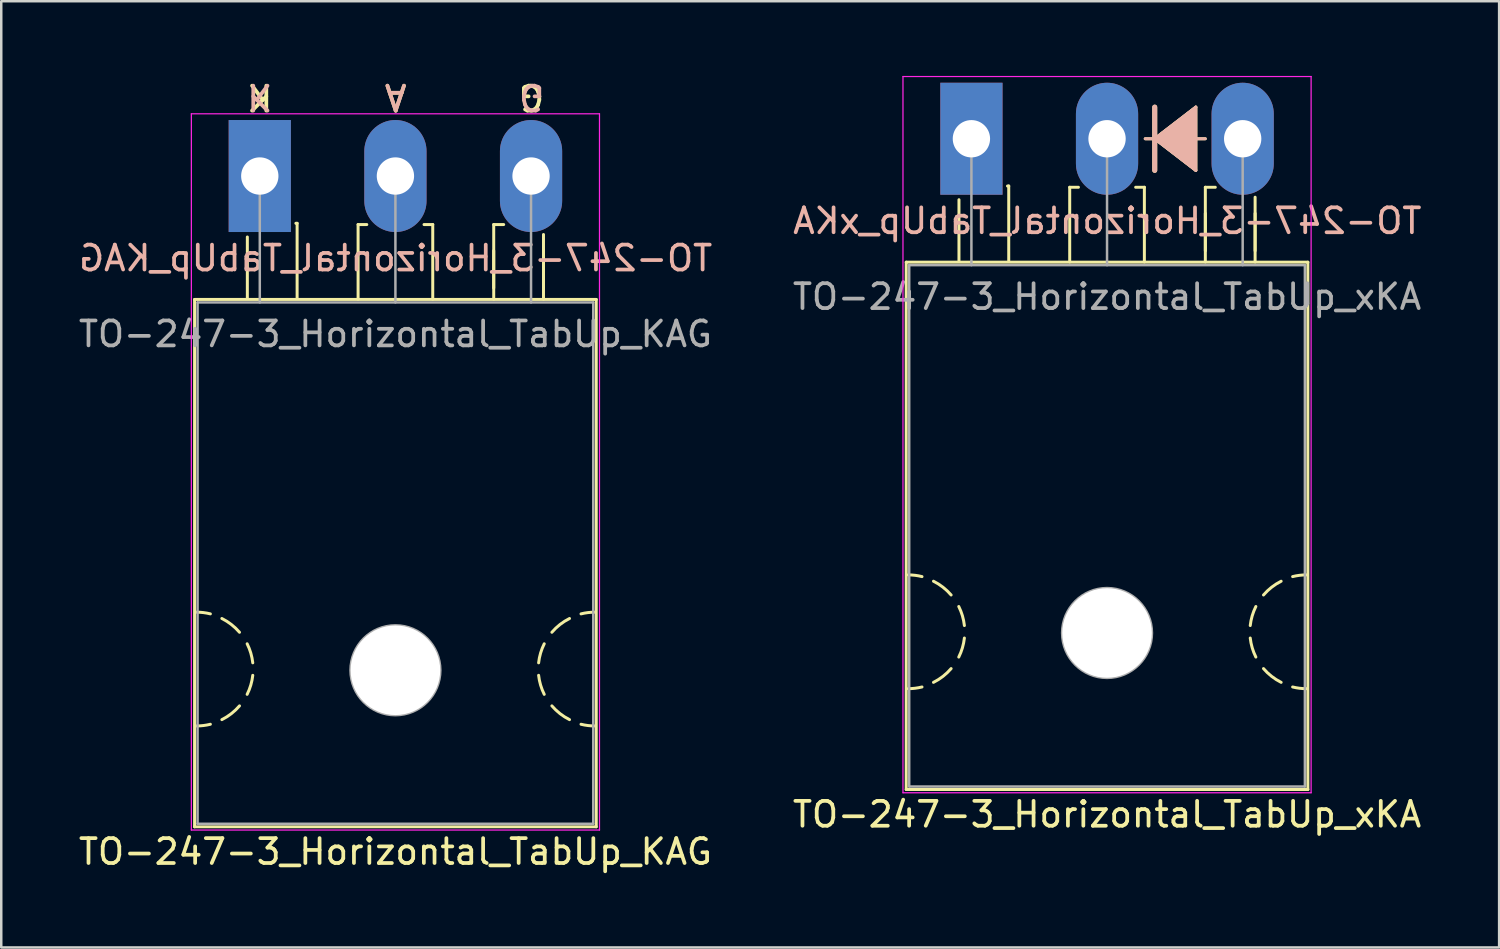
<source format=kicad_pcb>
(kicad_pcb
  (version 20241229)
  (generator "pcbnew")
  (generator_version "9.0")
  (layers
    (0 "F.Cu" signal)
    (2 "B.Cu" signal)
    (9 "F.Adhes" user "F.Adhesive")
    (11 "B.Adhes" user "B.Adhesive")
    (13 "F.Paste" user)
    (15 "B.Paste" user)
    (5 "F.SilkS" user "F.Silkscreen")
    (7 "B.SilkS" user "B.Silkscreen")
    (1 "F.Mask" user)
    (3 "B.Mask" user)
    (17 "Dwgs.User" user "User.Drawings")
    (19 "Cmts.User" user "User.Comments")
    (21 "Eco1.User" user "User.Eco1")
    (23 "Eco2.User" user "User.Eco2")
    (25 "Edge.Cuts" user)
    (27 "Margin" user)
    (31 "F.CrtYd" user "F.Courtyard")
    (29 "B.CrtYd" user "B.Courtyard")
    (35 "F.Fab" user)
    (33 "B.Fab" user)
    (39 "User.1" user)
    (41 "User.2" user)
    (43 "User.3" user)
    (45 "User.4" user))
  (footprint "TO-247-3_Horizontal_TabUp_KAG"
    (layer "F.Cu")
    (at 7.389 4.023)
    (property "Reference" "TO-247-3_Horizontal_TabUp_KAG" (at 5.45 27.15 0) (layer "F.SilkS") (effects (font (size 1 1) (thickness 0.15))))
    (fp_line (start -2.62 4.96) (end -2.62 26.15) (stroke (width 0.12) (type solid)) (layer "F.SilkS"))
    (fp_line (start -2.62 4.96) (end 13.52 4.96) (stroke (width 0.12) (type solid)) (layer "F.SilkS"))
    (fp_line (start -2.62 26.15) (end 13.52 26.15) (stroke (width 0.12) (type solid)) (layer "F.SilkS"))
    (fp_line (start -0.5 4.9) (end -0.5 2.45) (stroke (width 0.12) (type solid)) (layer "F.SilkS"))
    (fp_line (start 1.5 1.9) (end 1.45 1.9) (stroke (width 0.12) (type solid)) (layer "F.SilkS"))
    (fp_line (start 1.5 4.9) (end 1.5 1.9) (stroke (width 0.12) (type solid)) (layer "F.SilkS"))
    (fp_line (start 3.95 1.95) (end 4.3 1.95) (stroke (width 0.12) (type solid)) (layer "F.SilkS"))
    (fp_line (start 3.95 4.95) (end 3.95 1.95) (stroke (width 0.12) (type solid)) (layer "F.SilkS"))
    (fp_line (start 6.95 1.95) (end 6.6 1.95) (stroke (width 0.12) (type solid)) (layer "F.SilkS"))
    (fp_line (start 6.95 4.95) (end 6.95 1.95) (stroke (width 0.12) (type solid)) (layer "F.SilkS"))
    (fp_line (start 9.4 1.95) (end 9.8 1.95) (stroke (width 0.12) (type solid)) (layer "F.SilkS"))
    (fp_line (start 9.4 4.5) (end 9.4 3) (stroke (width 0.12) (type solid)) (layer "F.SilkS"))
    (fp_line (start 9.4 4.95) (end 9.4 1.95) (stroke (width 0.12) (type solid)) (layer "F.SilkS"))
    (fp_line (start 11.4 4.5) (end 11.4 3) (stroke (width 0.12) (type solid)) (layer "F.SilkS"))
    (fp_line (start 11.4 4.95) (end 11.4 2.35) (stroke (width 0.12) (type solid)) (layer "F.SilkS"))
    (fp_line (start 13.52 4.96) (end 13.52 26.15) (stroke (width 0.12) (type solid)) (layer "F.SilkS"))
    (fp_arc (start -2.54 17.526) (mid -2.260689 17.543128) (end -1.985564 17.594254) (stroke (width 0.12) (type solid)) (layer "F.SilkS"))
    (fp_arc (start -1.985564 22.029746) (mid -2.260689 22.080872) (end -2.54 22.098) (stroke (width 0.12) (type solid)) (layer "F.SilkS"))
    (fp_arc (start -1.524001 17.780001) (mid -1.14188 18.02132) (end -0.815088 18.333504) (stroke (width 0.12) (type solid)) (layer "F.SilkS"))
    (fp_arc (start -0.815087 21.290497) (mid -1.141879 21.60268) (end -1.524 21.844) (stroke (width 0.12) (type solid)) (layer "F.SilkS"))
    (fp_arc (start -0.508001 18.796001) (mid -0.361178 19.168563) (end -0.282051 19.561117) (stroke (width 0.12) (type solid)) (layer "F.SilkS"))
    (fp_arc (start -0.282051 20.062883) (mid -0.361178 20.455437) (end -0.508001 20.827999) (stroke (width 0.12) (type solid)) (layer "F.SilkS"))
    (fp_arc (start 11.204051 19.561117) (mid 11.283178 19.168563) (end 11.430001 18.796001) (stroke (width 0.12) (type solid)) (layer "F.SilkS"))
    (fp_arc (start 11.430001 20.827999) (mid 11.283178 20.455437) (end 11.204051 20.062883) (stroke (width 0.12) (type solid)) (layer "F.SilkS"))
    (fp_arc (start 11.737087 18.333503) (mid 12.063879 18.02132) (end 12.446 17.78) (stroke (width 0.12) (type solid)) (layer "F.SilkS"))
    (fp_arc (start 12.446001 21.843999) (mid 12.06388 21.60268) (end 11.737088 21.290496) (stroke (width 0.12) (type solid)) (layer "F.SilkS"))
    (fp_arc (start 12.907564 17.594254) (mid 13.182689 17.543128) (end 13.462 17.526) (stroke (width 0.12) (type solid)) (layer "F.SilkS"))
    (fp_arc (start 13.462 22.098) (mid 13.182689 22.080872) (end 12.907564 22.029746) (stroke (width 0.12) (type solid)) (layer "F.SilkS"))
    (fp_line (start -2.75 -2.5) (end -2.75 26.28) (stroke (width 0.05) (type solid)) (layer "F.CrtYd"))
    (fp_line (start -2.75 26.28) (end 13.65 26.28) (stroke (width 0.05) (type solid)) (layer "F.CrtYd"))
    (fp_line (start 13.65 -2.5) (end -2.75 -2.5) (stroke (width 0.05) (type solid)) (layer "F.CrtYd"))
    (fp_line (start 13.65 26.28) (end 13.65 -2.5) (stroke (width 0.05) (type solid)) (layer "F.CrtYd"))
    (fp_line (start -2.5 5.08) (end -2.5 26.03) (stroke (width 0.1) (type solid)) (layer "F.Fab"))
    (fp_line (start -2.5 26.03) (end 13.4 26.03) (stroke (width 0.1) (type solid)) (layer "F.Fab"))
    (fp_line (start 0 5.08) (end 0 0) (stroke (width 0.1) (type solid)) (layer "F.Fab"))
    (fp_line (start 5.45 5.08) (end 5.45 0) (stroke (width 0.1) (type solid)) (layer "F.Fab"))
    (fp_line (start 10.9 5.08) (end 10.9 0) (stroke (width 0.1) (type solid)) (layer "F.Fab"))
    (fp_line (start 13.4 5.08) (end -2.5 5.08) (stroke (width 0.1) (type solid)) (layer "F.Fab"))
    (fp_line (start 13.4 26.03) (end 13.4 5.08) (stroke (width 0.1) (type solid)) (layer "F.Fab"))
    (fp_circle (center 5.45 19.86) (end 7.255 19.86) (stroke (width 0.1) (type solid)) (fill no) (layer "F.Fab"))
    (fp_text user "K" (at 0 -3.175 180) (unlocked yes) (layer "F.SilkS") (effects (font (size 1 1) (thickness 0.15))))
    (fp_text user "G" (at 10.922 -3.175 180) (unlocked yes) (layer "F.SilkS") (effects (font (size 1 1) (thickness 0.15))))
    (fp_text user "A" (at 5.461 -3.175 180) (unlocked yes) (layer "F.SilkS") (effects (font (size 1 1) (thickness 0.15))))
    (fp_text user "K" (at 0 -3.175 180) (unlocked yes) (layer "B.SilkS") (effects (font (size 1 1) (thickness 0.15)) (justify mirror)))
    (fp_text user "G" (at 10.922 -3.175 180) (unlocked yes) (layer "B.SilkS") (effects (font (size 1 1) (thickness 0.15)) (justify mirror)))
    (fp_text user "${REFERENCE}" (at 5.461 3.302 0) (layer "B.SilkS") (effects (font (size 1 1) (thickness 0.15)) (justify mirror)))
    (fp_text user "A" (at 5.461 -3.175 180) (unlocked yes) (layer "B.SilkS") (effects (font (size 1 1) (thickness 0.15)) (justify mirror)))
    (fp_text user "${REFERENCE}" (at 5.45 6.35 0) (layer "F.Fab") (effects (font (size 1 1) (thickness 0.15))))
    (pad "" np_thru_hole oval (at 5.45 19.86) (size 3.6 3.6) (drill 3.6) (layers "*.Cu" "*.Mask"))
    (pad "1" thru_hole rect (at 0 0) (size 2.5 4.5) (drill 1.5) (layers "*.Cu" "*.Mask"))
    (pad "2" thru_hole oval (at 5.45 0) (size 2.5 4.5) (drill 1.5) (layers "*.Cu" "*.Mask"))
    (pad "3" thru_hole oval (at 10.9 0) (size 2.5 4.5) (drill 1.5) (layers "*.Cu" "*.Mask")))
  (footprint "TO-247-3_Horizontal_TabUp_xKA"
    (layer "F.Cu")
    (at 35.984 2.525)
    (property "Reference" "TO-247-3_Horizontal_TabUp_xKA" (at 5.45 27.15 0) (layer "F.SilkS") (effects (font (size 1 1) (thickness 0.15))))
    (fp_line (start -2.62 4.96) (end -2.62 26.15) (stroke (width 0.12) (type solid)) (layer "F.SilkS"))
    (fp_line (start -2.62 4.96) (end 13.52 4.96) (stroke (width 0.12) (type solid)) (layer "F.SilkS"))
    (fp_line (start -2.62 26.15) (end 13.52 26.15) (stroke (width 0.12) (type solid)) (layer "F.SilkS"))
    (fp_line (start -0.5 4.9) (end -0.5 2.45) (stroke (width 0.12) (type solid)) (layer "F.SilkS"))
    (fp_line (start 1.5 1.9) (end 1.45 1.9) (stroke (width 0.12) (type solid)) (layer "F.SilkS"))
    (fp_line (start 1.5 4.9) (end 1.5 1.9) (stroke (width 0.12) (type solid)) (layer "F.SilkS"))
    (fp_line (start 3.95 1.95) (end 4.3 1.95) (stroke (width 0.12) (type solid)) (layer "F.SilkS"))
    (fp_line (start 3.95 4.95) (end 3.95 1.95) (stroke (width 0.12) (type solid)) (layer "F.SilkS"))
    (fp_line (start 6.95 1.95) (end 6.6 1.95) (stroke (width 0.12) (type solid)) (layer "F.SilkS"))
    (fp_line (start 6.95 4.95) (end 6.95 1.95) (stroke (width 0.12) (type solid)) (layer "F.SilkS"))
    (fp_line (start 6.985 0) (end 7.366 0) (stroke (width 0.12) (type solid)) (layer "F.SilkS"))
    (fp_line (start 7.366 -1.27) (end 7.366 0) (stroke (width 0.2) (type solid)) (layer "F.SilkS"))
    (fp_line (start 7.366 0) (end 7.366 1.27) (stroke (width 0.2) (type solid)) (layer "F.SilkS"))
    (fp_line (start 7.366 0) (end 9.017 1.27) (stroke (width 0.12) (type solid)) (layer "F.SilkS"))
    (fp_line (start 9.017 -1.27) (end 7.366 0) (stroke (width 0.12) (type solid)) (layer "F.SilkS"))
    (fp_line (start 9.017 1.27) (end 9.017 -1.27) (stroke (width 0.12) (type solid)) (layer "F.SilkS"))
    (fp_line (start 9.398 0) (end 9.017 0) (stroke (width 0.12) (type solid)) (layer "F.SilkS"))
    (fp_line (start 9.4 1.95) (end 9.8 1.95) (stroke (width 0.12) (type solid)) (layer "F.SilkS"))
    (fp_line (start 9.4 4.5) (end 9.4 3) (stroke (width 0.12) (type solid)) (layer "F.SilkS"))
    (fp_line (start 9.4 4.95) (end 9.4 1.95) (stroke (width 0.12) (type solid)) (layer "F.SilkS"))
    (fp_line (start 11.4 4.5) (end 11.4 3) (stroke (width 0.12) (type solid)) (layer "F.SilkS"))
    (fp_line (start 11.4 4.95) (end 11.4 2.35) (stroke (width 0.12) (type solid)) (layer "F.SilkS"))
    (fp_line (start 13.52 4.96) (end 13.52 26.15) (stroke (width 0.12) (type solid)) (layer "F.SilkS"))
    (fp_arc (start -2.54 17.526) (mid -2.260689 17.543128) (end -1.985564 17.594254) (stroke (width 0.12) (type solid)) (layer "F.SilkS"))
    (fp_arc (start -1.985564 22.029746) (mid -2.260689 22.080872) (end -2.54 22.098) (stroke (width 0.12) (type solid)) (layer "F.SilkS"))
    (fp_arc (start -1.524001 17.780001) (mid -1.14188 18.02132) (end -0.815088 18.333504) (stroke (width 0.12) (type solid)) (layer "F.SilkS"))
    (fp_arc (start -0.815087 21.290497) (mid -1.141879 21.60268) (end -1.524 21.844) (stroke (width 0.12) (type solid)) (layer "F.SilkS"))
    (fp_arc (start -0.508001 18.796001) (mid -0.361178 19.168563) (end -0.282051 19.561117) (stroke (width 0.12) (type solid)) (layer "F.SilkS"))
    (fp_arc (start -0.282051 20.062883) (mid -0.361178 20.455437) (end -0.508001 20.827999) (stroke (width 0.12) (type solid)) (layer "F.SilkS"))
    (fp_arc (start 11.204051 19.561117) (mid 11.283178 19.168563) (end 11.430001 18.796001) (stroke (width 0.12) (type solid)) (layer "F.SilkS"))
    (fp_arc (start 11.430001 20.827999) (mid 11.283178 20.455437) (end 11.204051 20.062883) (stroke (width 0.12) (type solid)) (layer "F.SilkS"))
    (fp_arc (start 11.737087 18.333503) (mid 12.063879 18.02132) (end 12.446 17.78) (stroke (width 0.12) (type solid)) (layer "F.SilkS"))
    (fp_arc (start 12.446001 21.843999) (mid 12.06388 21.60268) (end 11.737088 21.290496) (stroke (width 0.12) (type solid)) (layer "F.SilkS"))
    (fp_arc (start 12.907564 17.594254) (mid 13.182689 17.543128) (end 13.462 17.526) (stroke (width 0.12) (type solid)) (layer "F.SilkS"))
    (fp_arc (start 13.462 22.098) (mid 13.182689 22.080872) (end 12.907564 22.029746) (stroke (width 0.12) (type solid)) (layer "F.SilkS"))
    (fp_poly (pts (xy 9.017 1.27) (xy 7.366 0) (xy 9.017 -1.27)) (stroke (width 0.1) (type solid)) (fill yes) (layer "F.SilkS"))
    (fp_line (start 6.985 0) (end 7.366 0) (stroke (width 0.12) (type solid)) (layer "B.SilkS"))
    (fp_line (start 7.366 0) (end 7.366 -1.27) (stroke (width 0.2) (type solid)) (layer "B.SilkS"))
    (fp_line (start 7.366 0) (end 9.017 -1.27) (stroke (width 0.12) (type solid)) (layer "B.SilkS"))
    (fp_line (start 7.366 1.27) (end 7.366 0) (stroke (width 0.2) (type solid)) (layer "B.SilkS"))
    (fp_line (start 9.017 -1.27) (end 9.017 1.27) (stroke (width 0.12) (type solid)) (layer "B.SilkS"))
    (fp_line (start 9.017 1.27) (end 7.366 0) (stroke (width 0.12) (type solid)) (layer "B.SilkS"))
    (fp_line (start 9.398 0) (end 9.017 0) (stroke (width 0.12) (type solid)) (layer "B.SilkS"))
    (fp_poly (pts (xy 9.017 -1.27) (xy 7.366 0) (xy 9.017 1.27)) (stroke (width 0.1) (type solid)) (fill yes) (layer "B.SilkS"))
    (fp_line (start -2.75 -2.5) (end -2.75 26.28) (stroke (width 0.05) (type solid)) (layer "F.CrtYd"))
    (fp_line (start -2.75 26.28) (end 13.65 26.28) (stroke (width 0.05) (type solid)) (layer "F.CrtYd"))
    (fp_line (start 13.65 -2.5) (end -2.75 -2.5) (stroke (width 0.05) (type solid)) (layer "F.CrtYd"))
    (fp_line (start 13.65 26.28) (end 13.65 -2.5) (stroke (width 0.05) (type solid)) (layer "F.CrtYd"))
    (fp_line (start -2.5 5.08) (end -2.5 26.03) (stroke (width 0.1) (type solid)) (layer "F.Fab"))
    (fp_line (start -2.5 26.03) (end 13.4 26.03) (stroke (width 0.1) (type solid)) (layer "F.Fab"))
    (fp_line (start 0 5.08) (end 0 0) (stroke (width 0.1) (type solid)) (layer "F.Fab"))
    (fp_line (start 5.45 5.08) (end 5.45 0) (stroke (width 0.1) (type solid)) (layer "F.Fab"))
    (fp_line (start 10.9 5.08) (end 10.9 0) (stroke (width 0.1) (type solid)) (layer "F.Fab"))
    (fp_line (start 13.4 5.08) (end -2.5 5.08) (stroke (width 0.1) (type solid)) (layer "F.Fab"))
    (fp_line (start 13.4 26.03) (end 13.4 5.08) (stroke (width 0.1) (type solid)) (layer "F.Fab"))
    (fp_circle (center 5.45 19.86) (end 7.255 19.86) (stroke (width 0.1) (type solid)) (fill no) (layer "F.Fab"))
    (fp_text user "${REFERENCE}" (at 5.461 3.302 0) (layer "B.SilkS") (effects (font (size 1 1) (thickness 0.15)) (justify mirror)))
    (fp_text user "${REFERENCE}" (at 5.45 6.35 0) (layer "F.Fab") (effects (font (size 1 1) (thickness 0.15))))
    (pad "" np_thru_hole oval (at 5.45 19.86) (size 3.6 3.6) (drill 3.6) (layers "*.Cu" "*.Mask"))
    (pad "1" thru_hole rect (at 0 0) (size 2.5 4.5) (drill 1.5) (layers "*.Cu" "*.Mask"))
    (pad "2" thru_hole oval (at 5.45 0) (size 2.5 4.5) (drill 1.5) (layers "*.Cu" "*.Mask"))
    (pad "3" thru_hole oval (at 10.9 0) (size 2.5 4.5) (drill 1.5) (layers "*.Cu" "*.Mask")))
  (gr_rect
    (start -3 -3)
    (end 57.189 35.022)
    (stroke (width 0.1) (type default))
    (fill no)
    (layer "Edge.Cuts")))
</source>
